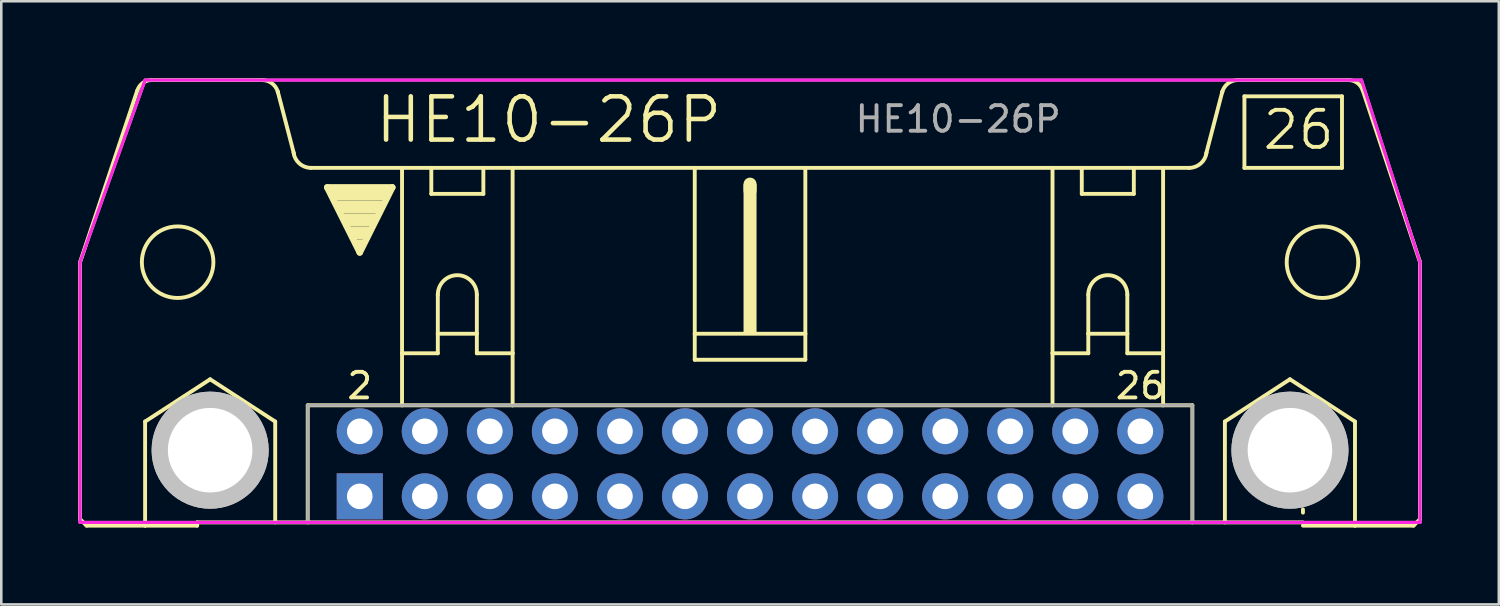
<source format=kicad_pcb>
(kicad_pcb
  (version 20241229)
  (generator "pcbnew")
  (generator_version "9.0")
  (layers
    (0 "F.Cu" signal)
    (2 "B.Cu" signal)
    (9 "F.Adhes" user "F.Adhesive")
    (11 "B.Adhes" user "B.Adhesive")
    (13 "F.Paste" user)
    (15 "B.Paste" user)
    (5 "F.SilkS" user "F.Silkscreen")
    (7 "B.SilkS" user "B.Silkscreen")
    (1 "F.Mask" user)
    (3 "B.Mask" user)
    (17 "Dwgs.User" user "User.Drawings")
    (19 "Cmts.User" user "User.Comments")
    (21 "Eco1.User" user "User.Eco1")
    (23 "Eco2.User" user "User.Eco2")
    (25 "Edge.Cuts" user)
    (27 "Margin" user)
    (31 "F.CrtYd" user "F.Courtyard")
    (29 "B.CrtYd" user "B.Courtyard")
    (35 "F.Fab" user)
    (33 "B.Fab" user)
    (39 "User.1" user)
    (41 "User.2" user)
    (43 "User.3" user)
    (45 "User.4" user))
  (footprint "HE10-26P"
    (layer "F.Cu")
    (at 26.238 15.062)
    (property "Reference" "HE10-26P" (at -14.732 -12.446 0) (layer "F.SilkS") (effects (font (size 1.689 1.689) (thickness 0.178)) (justify left bottom)))
    (attr through_hole)
    (fp_line (start -26.162 2.159) (end -26.162 -7.874) (stroke (width 0.152) (type solid)) (layer "F.SilkS"))
    (fp_line (start -26.162 2.159) (end -25.908 2.413) (stroke (width 0.152) (type solid)) (layer "F.SilkS"))
    (fp_line (start -25.908 2.413) (end -23.622 2.413) (stroke (width 0.152) (type solid)) (layer "F.SilkS"))
    (fp_line (start -23.927 -14.58) (end -26.162 -7.874) (stroke (width 0.152) (type solid)) (layer "F.SilkS"))
    (fp_line (start -23.622 -1.651) (end -21.082 -3.302) (stroke (width 0.152) (type solid)) (layer "F.SilkS"))
    (fp_line (start -23.622 2.413) (end -23.622 -1.651) (stroke (width 0.152) (type solid)) (layer "F.SilkS"))
    (fp_line (start -23.622 2.413) (end -21.59 2.413) (stroke (width 0.152) (type solid)) (layer "F.SilkS"))
    (fp_line (start -21.59 2.286) (end -21.59 2.413) (stroke (width 0.152) (type solid)) (layer "F.SilkS"))
    (fp_line (start -21.59 2.286) (end 21.59 2.286) (stroke (width 0.152) (type solid)) (layer "F.SilkS"))
    (fp_line (start -21.082 -3.302) (end -18.542 -1.651) (stroke (width 0.152) (type solid)) (layer "F.SilkS"))
    (fp_line (start -19.05 -14.986) (end -23.368 -14.986) (stroke (width 0.152) (type solid)) (layer "F.SilkS"))
    (fp_line (start -18.542 2.286) (end -18.542 -1.651) (stroke (width 0.152) (type solid)) (layer "F.SilkS"))
    (fp_line (start -17.805 -12.09) (end -18.44 -14.529) (stroke (width 0.152) (type solid)) (layer "F.SilkS"))
    (fp_line (start -17.272 -2.286) (end -17.272 2.286) (stroke (width 0.152) (type solid)) (layer "F.SilkS"))
    (fp_line (start -17.145 -11.557) (end -13.589 -11.557) (stroke (width 0.152) (type solid)) (layer "F.SilkS"))
    (fp_line (start -16.51 -10.795) (end -13.97 -10.795) (stroke (width 0.254) (type solid)) (layer "F.SilkS"))
    (fp_line (start -15.24 -8.255) (end -16.51 -10.795) (stroke (width 0.254) (type solid)) (layer "F.SilkS"))
    (fp_line (start -13.97 -10.795) (end -15.24 -8.255) (stroke (width 0.254) (type solid)) (layer "F.SilkS"))
    (fp_line (start -13.589 -11.557) (end -12.446 -11.557) (stroke (width 0.152) (type solid)) (layer "F.SilkS"))
    (fp_line (start -13.589 -4.318) (end -13.589 -11.557) (stroke (width 0.152) (type solid)) (layer "F.SilkS"))
    (fp_line (start -13.589 -4.318) (end -13.589 -2.286) (stroke (width 0.152) (type solid)) (layer "F.SilkS"))
    (fp_line (start -13.589 -4.318) (end -12.192 -4.318) (stroke (width 0.152) (type solid)) (layer "F.SilkS"))
    (fp_line (start -13.589 -2.286) (end -17.272 -2.286) (stroke (width 0.152) (type solid)) (layer "F.SilkS"))
    (fp_line (start -12.446 -11.557) (end -10.414 -11.557) (stroke (width 0.152) (type solid)) (layer "F.SilkS"))
    (fp_line (start -12.446 -10.541) (end -12.446 -11.557) (stroke (width 0.152) (type solid)) (layer "F.SilkS"))
    (fp_line (start -12.446 -10.541) (end -10.414 -10.541) (stroke (width 0.152) (type solid)) (layer "F.SilkS"))
    (fp_line (start -12.192 -6.604) (end -12.192 -5.08) (stroke (width 0.152) (type solid)) (layer "F.SilkS"))
    (fp_line (start -12.192 -5.08) (end -12.192 -4.318) (stroke (width 0.152) (type solid)) (layer "F.SilkS"))
    (fp_line (start -12.192 -5.08) (end -10.668 -5.08) (stroke (width 0.152) (type solid)) (layer "F.SilkS"))
    (fp_line (start -10.668 -6.604) (end -10.668 -5.08) (stroke (width 0.152) (type solid)) (layer "F.SilkS"))
    (fp_line (start -10.668 -5.08) (end -10.668 -4.318) (stroke (width 0.152) (type solid)) (layer "F.SilkS"))
    (fp_line (start -10.668 -4.318) (end -9.271 -4.318) (stroke (width 0.152) (type solid)) (layer "F.SilkS"))
    (fp_line (start -10.414 -11.557) (end -10.414 -10.541) (stroke (width 0.152) (type solid)) (layer "F.SilkS"))
    (fp_line (start -10.414 -11.557) (end -9.271 -11.557) (stroke (width 0.152) (type solid)) (layer "F.SilkS"))
    (fp_line (start -9.271 -11.557) (end -2.159 -11.557) (stroke (width 0.152) (type solid)) (layer "F.SilkS"))
    (fp_line (start -9.271 -4.318) (end -9.271 -11.557) (stroke (width 0.152) (type solid)) (layer "F.SilkS"))
    (fp_line (start -9.271 -4.318) (end -9.271 -2.286) (stroke (width 0.152) (type solid)) (layer "F.SilkS"))
    (fp_line (start -9.271 -2.286) (end -13.589 -2.286) (stroke (width 0.152) (type solid)) (layer "F.SilkS"))
    (fp_line (start -2.159 -11.557) (end -2.159 -5.08) (stroke (width 0.152) (type solid)) (layer "F.SilkS"))
    (fp_line (start -2.159 -11.557) (end 2.159 -11.557) (stroke (width 0.152) (type solid)) (layer "F.SilkS"))
    (fp_line (start -2.159 -5.08) (end -2.159 -4.064) (stroke (width 0.152) (type solid)) (layer "F.SilkS"))
    (fp_line (start 0 -10.668) (end 0 -10.922) (stroke (width 0.508) (type solid)) (layer "F.SilkS"))
    (fp_line (start 2.159 -11.557) (end 2.159 -5.08) (stroke (width 0.152) (type solid)) (layer "F.SilkS"))
    (fp_line (start 2.159 -11.557) (end 11.811 -11.557) (stroke (width 0.152) (type solid)) (layer "F.SilkS"))
    (fp_line (start 2.159 -5.08) (end -2.159 -5.08) (stroke (width 0.152) (type solid)) (layer "F.SilkS"))
    (fp_line (start 2.159 -5.08) (end 2.159 -4.064) (stroke (width 0.152) (type solid)) (layer "F.SilkS"))
    (fp_line (start 2.159 -4.064) (end -2.159 -4.064) (stroke (width 0.152) (type solid)) (layer "F.SilkS"))
    (fp_line (start 11.811 -11.557) (end 17.145 -11.557) (stroke (width 0.152) (type solid)) (layer "F.SilkS"))
    (fp_line (start 11.811 -4.318) (end 11.811 -11.557) (stroke (width 0.152) (type solid)) (layer "F.SilkS"))
    (fp_line (start 11.811 -4.318) (end 11.811 -2.286) (stroke (width 0.152) (type solid)) (layer "F.SilkS"))
    (fp_line (start 11.811 -4.318) (end 13.208 -4.318) (stroke (width 0.152) (type solid)) (layer "F.SilkS"))
    (fp_line (start 11.811 -2.286) (end -9.271 -2.286) (stroke (width 0.152) (type solid)) (layer "F.SilkS"))
    (fp_line (start 12.954 -10.541) (end 12.954 -11.557) (stroke (width 0.152) (type solid)) (layer "F.SilkS"))
    (fp_line (start 12.954 -10.541) (end 14.986 -10.541) (stroke (width 0.152) (type solid)) (layer "F.SilkS"))
    (fp_line (start 13.208 -6.604) (end 13.208 -5.08) (stroke (width 0.152) (type solid)) (layer "F.SilkS"))
    (fp_line (start 13.208 -5.08) (end 13.208 -4.318) (stroke (width 0.152) (type solid)) (layer "F.SilkS"))
    (fp_line (start 13.208 -5.08) (end 14.732 -5.08) (stroke (width 0.152) (type solid)) (layer "F.SilkS"))
    (fp_line (start 14.732 -6.604) (end 14.732 -5.08) (stroke (width 0.152) (type solid)) (layer "F.SilkS"))
    (fp_line (start 14.732 -5.08) (end 14.732 -4.318) (stroke (width 0.152) (type solid)) (layer "F.SilkS"))
    (fp_line (start 14.732 -4.318) (end 16.129 -4.318) (stroke (width 0.152) (type solid)) (layer "F.SilkS"))
    (fp_line (start 14.986 -11.557) (end 14.986 -10.541) (stroke (width 0.152) (type solid)) (layer "F.SilkS"))
    (fp_line (start 16.129 -4.318) (end 16.129 -11.557) (stroke (width 0.152) (type solid)) (layer "F.SilkS"))
    (fp_line (start 16.129 -4.318) (end 16.129 -2.286) (stroke (width 0.152) (type solid)) (layer "F.SilkS"))
    (fp_line (start 16.129 -2.286) (end 11.811 -2.286) (stroke (width 0.152) (type solid)) (layer "F.SilkS"))
    (fp_line (start 17.272 -2.286) (end 16.129 -2.286) (stroke (width 0.152) (type solid)) (layer "F.SilkS"))
    (fp_line (start 17.272 -2.286) (end 17.272 2.286) (stroke (width 0.152) (type solid)) (layer "F.SilkS"))
    (fp_line (start 17.805 -12.09) (end 18.44 -14.529) (stroke (width 0.152) (type solid)) (layer "F.SilkS"))
    (fp_line (start 18.542 -1.651) (end 21.082 -3.302) (stroke (width 0.152) (type solid)) (layer "F.SilkS"))
    (fp_line (start 18.542 2.286) (end 18.542 -1.651) (stroke (width 0.152) (type solid)) (layer "F.SilkS"))
    (fp_line (start 19.05 -14.986) (end 23.368 -14.986) (stroke (width 0.152) (type solid)) (layer "F.SilkS"))
    (fp_line (start 19.304 -14.351) (end 19.304 -11.557) (stroke (width 0.152) (type solid)) (layer "F.SilkS"))
    (fp_line (start 19.304 -11.557) (end 23.114 -11.557) (stroke (width 0.152) (type solid)) (layer "F.SilkS"))
    (fp_line (start 21.082 -3.302) (end 23.622 -1.651) (stroke (width 0.152) (type solid)) (layer "F.SilkS"))
    (fp_line (start 21.59 1.778) (end 21.59 1.905) (stroke (width 0.152) (type solid)) (layer "F.SilkS"))
    (fp_line (start 23.114 -14.351) (end 19.304 -14.351) (stroke (width 0.152) (type solid)) (layer "F.SilkS"))
    (fp_line (start 23.114 -14.351) (end 23.114 -11.557) (stroke (width 0.152) (type solid)) (layer "F.SilkS"))
    (fp_line (start 23.622 2.413) (end 21.59 2.413) (stroke (width 0.152) (type solid)) (layer "F.SilkS"))
    (fp_line (start 23.622 2.413) (end 23.622 -1.651) (stroke (width 0.152) (type solid)) (layer "F.SilkS"))
    (fp_line (start 23.927 -14.58) (end 26.162 -7.874) (stroke (width 0.152) (type solid)) (layer "F.SilkS"))
    (fp_line (start 25.908 2.413) (end 23.622 2.413) (stroke (width 0.152) (type solid)) (layer "F.SilkS"))
    (fp_line (start 26.162 2.159) (end 25.908 2.413) (stroke (width 0.152) (type solid)) (layer "F.SilkS"))
    (fp_line (start 26.162 2.159) (end 26.162 -7.874) (stroke (width 0.152) (type solid)) (layer "F.SilkS"))
    (fp_arc (start -23.9244 -14.5798) (mid -23.712453 -14.87368) (end -23.367999 -14.986101) (stroke (width 0.1524) (type solid)) (layer "F.SilkS"))
    (fp_arc (start -19.05 -14.986) (mid -18.668999 -14.859) (end -18.440399 -14.528799) (stroke (width 0.1524) (type solid)) (layer "F.SilkS"))
    (fp_arc (start -18.4404 -14.5288) (mid -18.437084 -14.516931) (end -18.434 -14.505) (stroke (width 0.1524) (type solid)) (layer "F.SilkS"))
    (fp_arc (start -17.144999 -11.556999) (mid -17.596774 -11.726823) (end -17.8248 -12.1522) (stroke (width 0.1524) (type solid)) (layer "F.SilkS"))
    (fp_arc (start -12.192 -6.604) (mid -11.43 -7.366) (end -10.668 -6.604) (stroke (width 0.1524) (type solid)) (layer "F.SilkS"))
    (fp_arc (start 13.208 -6.604) (mid 13.97 -7.366) (end 14.732 -6.604) (stroke (width 0.1524) (type solid)) (layer "F.SilkS"))
    (fp_arc (start 17.824799 -12.152201) (mid 17.596774 -11.726825) (end 17.145 -11.557) (stroke (width 0.1524) (type solid)) (layer "F.SilkS"))
    (fp_arc (start 18.434 -14.505) (mid 18.437084 -14.516931) (end 18.4404 -14.5288) (stroke (width 0.1524) (type solid)) (layer "F.SilkS"))
    (fp_arc (start 18.4404 -14.5288) (mid 18.669001 -14.859) (end 19.050001 -14.985999) (stroke (width 0.1524) (type solid)) (layer "F.SilkS"))
    (fp_arc (start 23.368 -14.986) (mid 23.712385 -14.873609) (end 23.9243 -14.579799) (stroke (width 0.1524) (type solid)) (layer "F.SilkS"))
    (fp_circle (center -22.352 -7.874) (end -20.955 -7.874) (stroke (width 0.152) (type solid)) (fill no) (layer "F.SilkS"))
    (fp_circle (center -21.082 -0.533) (end -19.761 -0.533) (stroke (width 0.152) (type solid)) (fill no) (layer "F.SilkS"))
    (fp_circle (center 21.082 -0.533) (end 22.403 -0.533) (stroke (width 0.152) (type solid)) (fill no) (layer "F.SilkS"))
    (fp_circle (center 22.352 -7.874) (end 23.749 -7.874) (stroke (width 0.152) (type solid)) (fill no) (layer "F.SilkS"))
    (fp_poly (pts (xy -16.383 -10.287) (xy -14.097 -10.287) (xy -14.097 -10.795) (xy -16.383 -10.795)) (stroke (width 0) (type solid)) (fill yes) (layer "F.SilkS"))
    (fp_poly (pts (xy -16.129 -9.779) (xy -14.351 -9.779) (xy -14.351 -10.287) (xy -16.129 -10.287)) (stroke (width 0) (type solid)) (fill yes) (layer "F.SilkS"))
    (fp_poly (pts (xy -15.875 -9.271) (xy -14.605 -9.271) (xy -14.605 -9.779) (xy -15.875 -9.779)) (stroke (width 0) (type solid)) (fill yes) (layer "F.SilkS"))
    (fp_poly (pts (xy -15.621 -8.763) (xy -14.859 -8.763) (xy -14.859 -9.271) (xy -15.621 -9.271)) (stroke (width 0) (type solid)) (fill yes) (layer "F.SilkS"))
    (fp_poly (pts (xy -15.367 -8.509) (xy -15.113 -8.509) (xy -15.113 -8.763) (xy -15.367 -8.763)) (stroke (width 0) (type solid)) (fill yes) (layer "F.SilkS"))
    (fp_poly (pts (xy -0.254 -5.08) (xy 0.254 -5.08) (xy 0.254 -10.922) (xy -0.254 -10.922)) (stroke (width 0) (type solid)) (fill yes) (layer "F.SilkS"))
    (fp_circle (center -21.082 -0.533) (end -19.939 -0.533) (stroke (width 2.286) (type solid)) (fill no) (layer "Dwgs.User"))
    (fp_circle (center -21.082 -0.533) (end -19.939 -0.533) (stroke (width 2.286) (type solid)) (fill no) (layer "Dwgs.User"))
    (fp_circle (center 21.082 -0.533) (end 22.225 -0.533) (stroke (width 2.286) (type solid)) (fill no) (layer "Dwgs.User"))
    (fp_circle (center 21.082 -0.533) (end 22.225 -0.533) (stroke (width 2.286) (type solid)) (fill no) (layer "Dwgs.User"))
    (fp_line (start -26.162 -7.874) (end -26.162 2.286) (stroke (width 0.12) (type solid)) (layer "F.CrtYd"))
    (fp_line (start -26.162 2.286) (end 26.162 2.286) (stroke (width 0.12) (type solid)) (layer "F.CrtYd"))
    (fp_line (start -23.622 -14.986) (end -26.162 -7.874) (stroke (width 0.12) (type solid)) (layer "F.CrtYd"))
    (fp_line (start 23.876 -14.986) (end -23.622 -14.986) (stroke (width 0.12) (type solid)) (layer "F.CrtYd"))
    (fp_line (start 26.162 -7.874) (end 23.876 -14.986) (stroke (width 0.12) (type solid)) (layer "F.CrtYd"))
    (fp_line (start 26.162 2.286) (end 26.162 -7.874) (stroke (width 0.12) (type solid)) (layer "F.CrtYd"))
    (fp_line (start -26.162 -7.874) (end -26.162 2.286) (stroke (width 0.12) (type solid)) (layer "F.Fab"))
    (fp_line (start -26.162 2.286) (end -17.272 2.286) (stroke (width 0.12) (type solid)) (layer "F.Fab"))
    (fp_line (start -23.622 -14.986) (end -26.162 -7.874) (stroke (width 0.12) (type solid)) (layer "F.Fab"))
    (fp_line (start -17.272 -2.286) (end -17.272 2.286) (stroke (width 0.12) (type solid)) (layer "F.Fab"))
    (fp_line (start -17.272 2.286) (end 17.272 2.286) (stroke (width 0.12) (type solid)) (layer "F.Fab"))
    (fp_line (start 17.272 -2.286) (end -17.272 -2.286) (stroke (width 0.12) (type solid)) (layer "F.Fab"))
    (fp_line (start 17.272 2.286) (end 17.272 -2.286) (stroke (width 0.12) (type solid)) (layer "F.Fab"))
    (fp_line (start 17.272 2.286) (end 26.162 2.286) (stroke (width 0.12) (type solid)) (layer "F.Fab"))
    (fp_line (start 23.876 -14.986) (end -23.622 -14.986) (stroke (width 0.12) (type solid)) (layer "F.Fab"))
    (fp_line (start 26.162 -7.874) (end 23.876 -14.986) (stroke (width 0.12) (type solid)) (layer "F.Fab"))
    (fp_line (start 26.162 2.286) (end 26.162 -7.874) (stroke (width 0.12) (type solid)) (layer "F.Fab"))
    (fp_text user "2" (at -15.24 -3.048 0) (layer "F.SilkS") (effects (font (size 1 1) (thickness 0.15))))
    (fp_text user "26" (at 15.24 -3.048 0) (layer "F.SilkS") (effects (font (size 1 1) (thickness 0.15))))
    (fp_text user "26" (at 19.939 -12.192 0) (layer "F.SilkS") (effects (font (size 1.448 1.448) (thickness 0.152)) (justify left bottom)))
    (fp_text user "${REFERENCE}" (at 8.128 -13.462 0) (layer "F.Fab") (effects (font (size 1 1) (thickness 0.15))))
    (pad "" np_thru_hole circle (at -21.082 -0.533) (size 3.302 3.302) (drill 3.302) (layers "*.Cu" "*.Mask"))
    (pad "" np_thru_hole circle (at 21.082 -0.533) (size 3.302 3.302) (drill 3.302) (layers "*.Cu" "*.Mask"))
    (pad "1" thru_hole rect (at -15.24 1.27) (size 1.8 1.8) (drill 1) (layers "*.Cu" "*.Mask"))
    (pad "2" thru_hole circle (at -15.24 -1.27) (size 1.8 1.8) (drill 1) (layers "*.Cu" "*.Mask"))
    (pad "3" thru_hole circle (at -12.7 1.27) (size 1.8 1.8) (drill 1) (layers "*.Cu" "*.Mask"))
    (pad "4" thru_hole circle (at -12.7 -1.27) (size 1.8 1.8) (drill 1) (layers "*.Cu" "*.Mask"))
    (pad "5" thru_hole circle (at -10.16 1.27) (size 1.8 1.8) (drill 1) (layers "*.Cu" "*.Mask"))
    (pad "6" thru_hole circle (at -10.16 -1.27) (size 1.8 1.8) (drill 1) (layers "*.Cu" "*.Mask"))
    (pad "7" thru_hole circle (at -7.62 1.27) (size 1.8 1.8) (drill 1) (layers "*.Cu" "*.Mask"))
    (pad "8" thru_hole circle (at -7.62 -1.27) (size 1.8 1.8) (drill 1) (layers "*.Cu" "*.Mask"))
    (pad "9" thru_hole circle (at -5.08 1.27) (size 1.8 1.8) (drill 1) (layers "*.Cu" "*.Mask"))
    (pad "10" thru_hole circle (at -5.08 -1.27) (size 1.8 1.8) (drill 1) (layers "*.Cu" "*.Mask"))
    (pad "11" thru_hole circle (at -2.54 1.27) (size 1.8 1.8) (drill 1) (layers "*.Cu" "*.Mask"))
    (pad "12" thru_hole circle (at -2.54 -1.27) (size 1.8 1.8) (drill 1) (layers "*.Cu" "*.Mask"))
    (pad "13" thru_hole circle (at 0 1.27) (size 1.8 1.8) (drill 1) (layers "*.Cu" "*.Mask"))
    (pad "14" thru_hole circle (at 0 -1.27) (size 1.8 1.8) (drill 1) (layers "*.Cu" "*.Mask"))
    (pad "15" thru_hole circle (at 2.54 1.27) (size 1.8 1.8) (drill 1) (layers "*.Cu" "*.Mask"))
    (pad "16" thru_hole circle (at 2.54 -1.27) (size 1.8 1.8) (drill 1) (layers "*.Cu" "*.Mask"))
    (pad "17" thru_hole circle (at 5.08 1.27) (size 1.8 1.8) (drill 1) (layers "*.Cu" "*.Mask"))
    (pad "18" thru_hole circle (at 5.08 -1.27) (size 1.8 1.8) (drill 1) (layers "*.Cu" "*.Mask"))
    (pad "19" thru_hole circle (at 7.62 1.27) (size 1.8 1.8) (drill 1) (layers "*.Cu" "*.Mask"))
    (pad "20" thru_hole circle (at 7.62 -1.27) (size 1.8 1.8) (drill 1) (layers "*.Cu" "*.Mask"))
    (pad "21" thru_hole circle (at 10.16 1.27) (size 1.8 1.8) (drill 1) (layers "*.Cu" "*.Mask"))
    (pad "22" thru_hole circle (at 10.16 -1.27) (size 1.8 1.8) (drill 1) (layers "*.Cu" "*.Mask"))
    (pad "23" thru_hole circle (at 12.7 1.27) (size 1.8 1.8) (drill 1) (layers "*.Cu" "*.Mask"))
    (pad "24" thru_hole circle (at 12.7 -1.27) (size 1.8 1.8) (drill 1) (layers "*.Cu" "*.Mask"))
    (pad "25" thru_hole circle (at 15.24 1.27) (size 1.8 1.8) (drill 1) (layers "*.Cu" "*.Mask"))
    (pad "26" thru_hole circle (at 15.24 -1.27) (size 1.8 1.8) (drill 1) (layers "*.Cu" "*.Mask")))
  (gr_rect
    (start -3 -3)
    (end 55.476 20.552)
    (stroke (width 0.1) (type default))
    (fill no)
    (layer "Edge.Cuts")))
</source>
